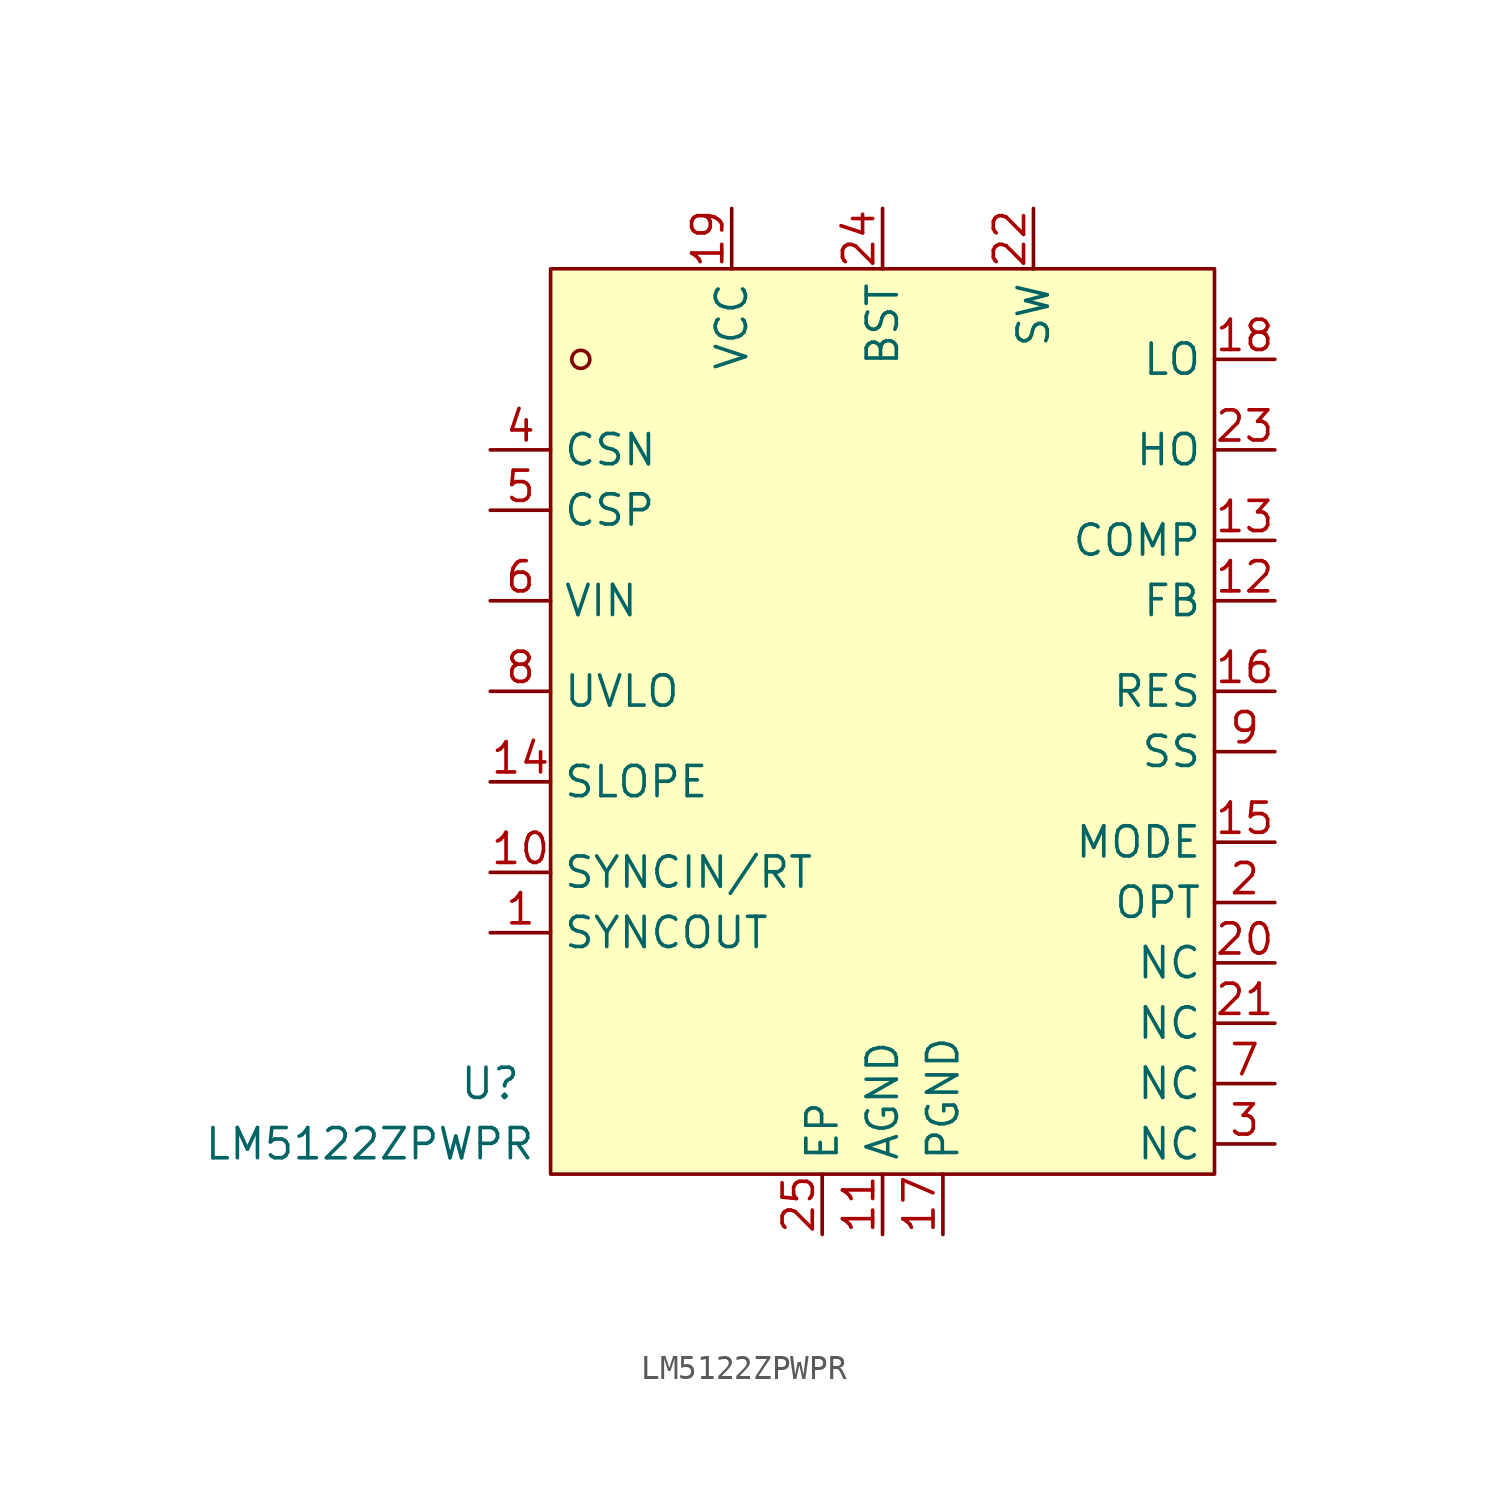
<source format=kicad_sym>
(kicad_symbol_lib
  (version 20220914)
  (generator kicad_symbol_editor)
  (symbol "LM5122ZPWPR"
    (property "Reference" "U"
      (at -16.51 -16.51 0)
      (effects (font (size 1.27 1.27))))
    (property "Value" "LM5122ZPWPR"
      (at -21.59 -19.05 0)
      (effects (font (size 1.27 1.27))))
    (symbol "LM5122ZPWPR_0_1"
      (rectangle (start -13.97 17.78) (end 13.97 -20.32) (stroke (width 0) (type default)) (fill (type background)))
      (circle (center -12.7 13.97) (radius 0.38) (stroke (width 0) (type default)) (fill (type none)))
      (pin unspecified line (at -16.51 -10.16 0) (length 2.54) (name "SYNCOUT" (effects (font (size 1.27 1.27)))) (number "1" (effects (font (size 1.27 1.27)))))
      (pin unspecified line (at -16.51 -7.62 0) (length 2.54) (name "SYNCIN/RT" (effects (font (size 1.27 1.27)))) (number "10" (effects (font (size 1.27 1.27)))))
      (pin unspecified line (at 0 -22.86 90) (length 2.54) (name "AGND" (effects (font (size 1.27 1.27)))) (number "11" (effects (font (size 1.27 1.27)))))
      (pin unspecified line (at 16.51 3.81 180) (length 2.54) (name "FB" (effects (font (size 1.27 1.27)))) (number "12" (effects (font (size 1.27 1.27)))))
      (pin unspecified line (at 16.51 6.35 180) (length 2.54) (name "COMP" (effects (font (size 1.27 1.27)))) (number "13" (effects (font (size 1.27 1.27)))))
      (pin unspecified line (at -16.51 -3.81 0) (length 2.54) (name "SLOPE" (effects (font (size 1.27 1.27)))) (number "14" (effects (font (size 1.27 1.27)))))
      (pin unspecified line (at 16.51 -6.35 180) (length 2.54) (name "MODE" (effects (font (size 1.27 1.27)))) (number "15" (effects (font (size 1.27 1.27)))))
      (pin unspecified line (at 16.51 0 180) (length 2.54) (name "RES" (effects (font (size 1.27 1.27)))) (number "16" (effects (font (size 1.27 1.27)))))
      (pin unspecified line (at 2.54 -22.86 90) (length 2.54) (name "PGND" (effects (font (size 1.27 1.27)))) (number "17" (effects (font (size 1.27 1.27)))))
      (pin unspecified line (at 16.51 13.97 180) (length 2.54) (name "LO" (effects (font (size 1.27 1.27)))) (number "18" (effects (font (size 1.27 1.27)))))
      (pin unspecified line (at -6.35 20.32 270) (length 2.54) (name "VCC" (effects (font (size 1.27 1.27)))) (number "19" (effects (font (size 1.27 1.27)))))
      (pin unspecified line (at 16.51 -8.89 180) (length 2.54) (name "OPT" (effects (font (size 1.27 1.27)))) (number "2" (effects (font (size 1.27 1.27)))))
      (pin unspecified line (at 16.51 -11.43 180) (length 2.54) (name "NC" (effects (font (size 1.27 1.27)))) (number "20" (effects (font (size 1.27 1.27)))))
      (pin unspecified line (at 16.51 -13.97 180) (length 2.54) (name "NC" (effects (font (size 1.27 1.27)))) (number "21" (effects (font (size 1.27 1.27)))))
      (pin unspecified line (at 6.35 20.32 270) (length 2.54) (name "SW" (effects (font (size 1.27 1.27)))) (number "22" (effects (font (size 1.27 1.27)))))
      (pin unspecified line (at 16.51 10.16 180) (length 2.54) (name "HO" (effects (font (size 1.27 1.27)))) (number "23" (effects (font (size 1.27 1.27)))))
      (pin unspecified line (at 0 20.32 270) (length 2.54) (name "BST" (effects (font (size 1.27 1.27)))) (number "24" (effects (font (size 1.27 1.27)))))
      (pin unspecified line (at -2.54 -22.86 90) (length 2.54) (name "EP" (effects (font (size 1.27 1.27)))) (number "25" (effects (font (size 1.27 1.27)))))
      (pin unspecified line (at 16.51 -19.05 180) (length 2.54) (name "NC" (effects (font (size 1.27 1.27)))) (number "3" (effects (font (size 1.27 1.27)))))
      (pin unspecified line (at -16.51 10.16 0) (length 2.54) (name "CSN" (effects (font (size 1.27 1.27)))) (number "4" (effects (font (size 1.27 1.27)))))
      (pin unspecified line (at -16.51 7.62 0) (length 2.54) (name "CSP" (effects (font (size 1.27 1.27)))) (number "5" (effects (font (size 1.27 1.27)))))
      (pin unspecified line (at -16.51 3.81 0) (length 2.54) (name "VIN" (effects (font (size 1.27 1.27)))) (number "6" (effects (font (size 1.27 1.27)))))
      (pin unspecified line (at 16.51 -16.51 180) (length 2.54) (name "NC" (effects (font (size 1.27 1.27)))) (number "7" (effects (font (size 1.27 1.27)))))
      (pin unspecified line (at -16.51 0 0) (length 2.54) (name "UVLO" (effects (font (size 1.27 1.27)))) (number "8" (effects (font (size 1.27 1.27)))))
      (pin unspecified line (at 16.51 -2.54 180) (length 2.54) (name "SS" (effects (font (size 1.27 1.27)))) (number "9" (effects (font (size 1.27 1.27))))))))
</source>
